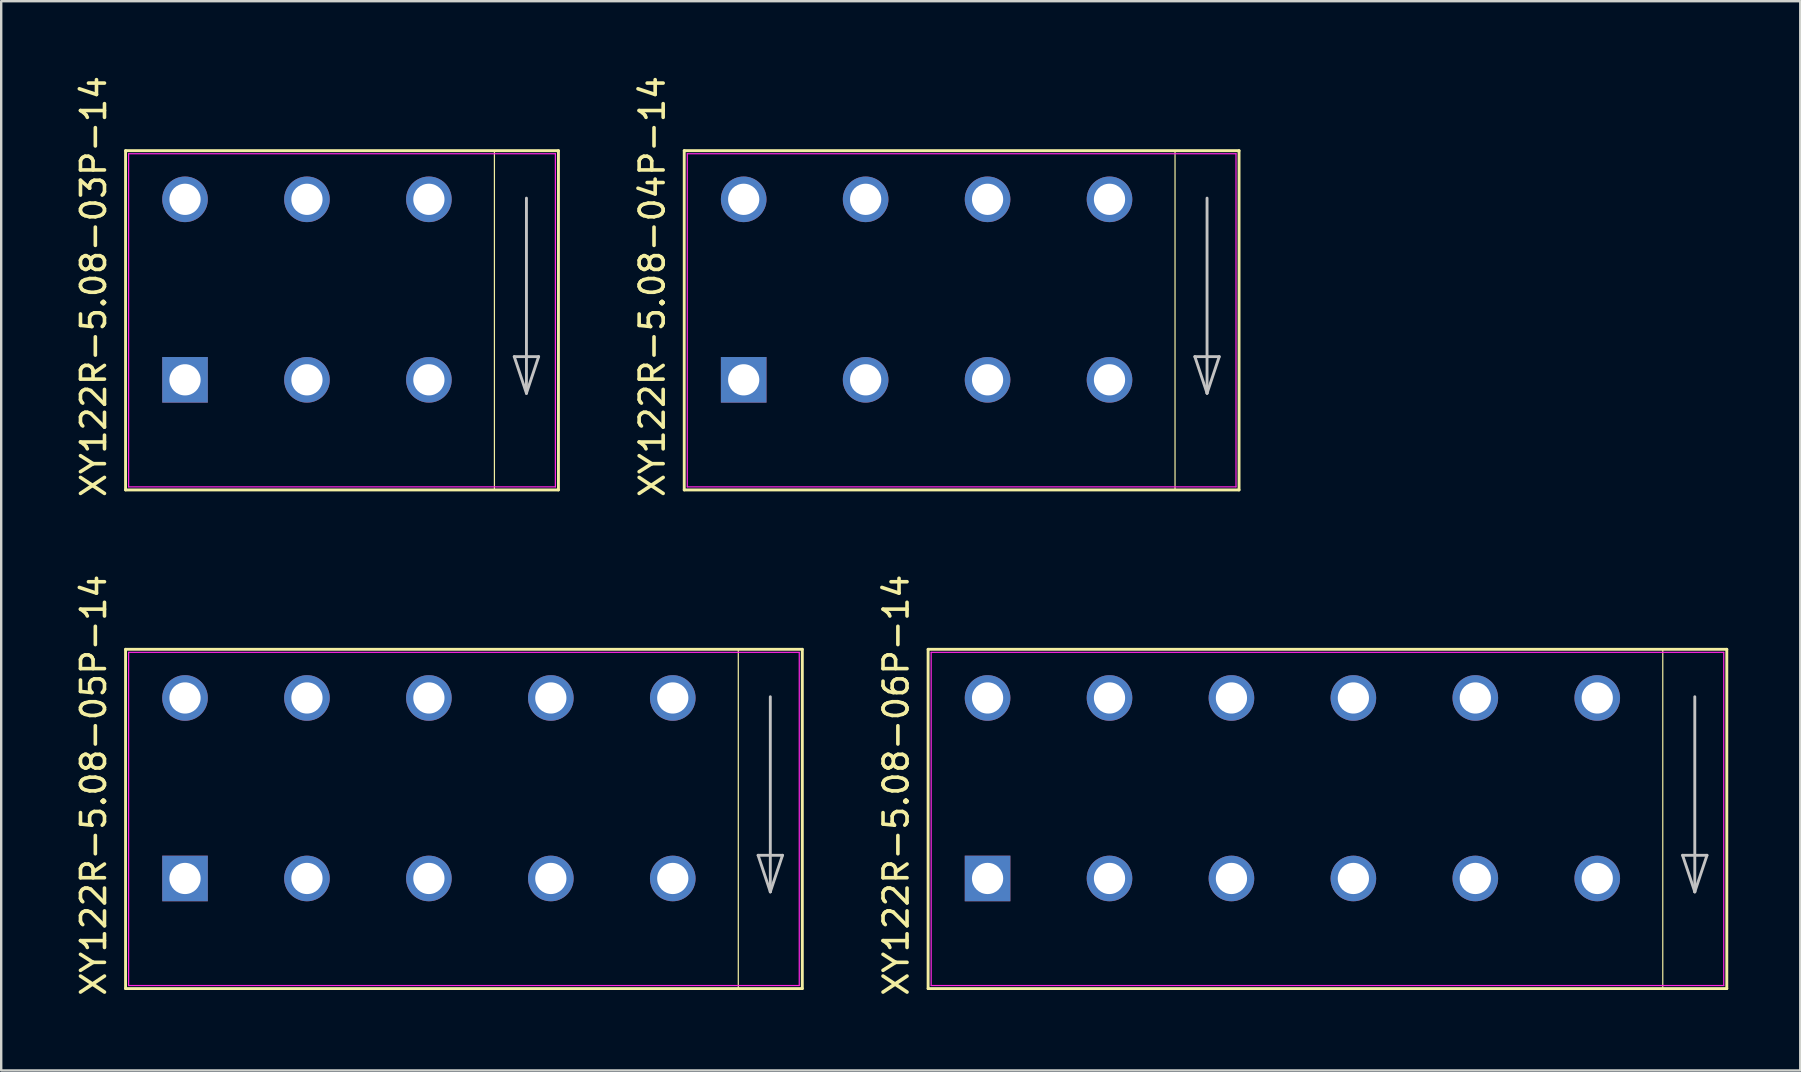
<source format=kicad_pcb>
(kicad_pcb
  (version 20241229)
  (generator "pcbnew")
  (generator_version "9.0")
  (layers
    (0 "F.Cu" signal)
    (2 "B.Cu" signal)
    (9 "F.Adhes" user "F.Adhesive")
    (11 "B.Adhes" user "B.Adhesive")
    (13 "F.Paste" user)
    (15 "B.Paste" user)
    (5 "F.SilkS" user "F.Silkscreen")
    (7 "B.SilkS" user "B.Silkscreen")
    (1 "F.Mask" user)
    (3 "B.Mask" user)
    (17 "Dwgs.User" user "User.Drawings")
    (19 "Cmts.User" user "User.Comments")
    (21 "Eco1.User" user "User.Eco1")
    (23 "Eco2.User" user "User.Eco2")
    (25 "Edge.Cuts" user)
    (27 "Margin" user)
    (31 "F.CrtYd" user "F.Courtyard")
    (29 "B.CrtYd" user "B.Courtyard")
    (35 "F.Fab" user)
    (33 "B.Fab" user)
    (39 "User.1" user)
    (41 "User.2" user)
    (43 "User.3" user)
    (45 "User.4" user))
  (footprint "XY122R-5.08-05P-14"
    (layer "F.Cu")
    (at 4.658 33.598)
    (property "Reference" "XY122R-5.08-05P-14" (at -3.81 -3.937 90) (layer "F.SilkS") (effects (font (size 1 1) (thickness 0.15))))
    (attr through_hole)
    (fp_line (start -2.477 -9.597) (end 25.717 -9.597) (stroke (width 0.12) (type solid)) (layer "F.SilkS"))
    (fp_line (start -2.477 4.537) (end -2.477 -9.597) (stroke (width 0.12) (type solid)) (layer "F.SilkS"))
    (fp_line (start 23.05 -9.597) (end 23.05 4.5) (stroke (width 0.05) (type solid)) (layer "F.SilkS"))
    (fp_line (start 25.717 -9.597) (end 25.717 4.537) (stroke (width 0.12) (type solid)) (layer "F.SilkS"))
    (fp_line (start 25.717 4.537) (end -2.477 4.537) (stroke (width 0.12) (type solid)) (layer "F.SilkS"))
    (fp_line (start 23.876 -1.016) (end 24.892 -1.016) (stroke (width 0.12) (type solid)) (layer "Dwgs.User"))
    (fp_line (start 24.384 -7.62) (end 24.384 0.508) (stroke (width 0.12) (type solid)) (layer "Dwgs.User"))
    (fp_line (start 24.384 0.508) (end 23.876 -1.016) (stroke (width 0.12) (type solid)) (layer "Dwgs.User"))
    (fp_line (start 24.892 -1.016) (end 24.384 0.508) (stroke (width 0.12) (type solid)) (layer "Dwgs.User"))
    (fp_line (start -2.35 -9.47) (end -2.35 4.41) (stroke (width 0.05) (type solid)) (layer "F.CrtYd"))
    (fp_line (start -2.35 -9.47) (end 25.59 -9.47) (stroke (width 0.05) (type solid)) (layer "F.CrtYd"))
    (fp_line (start -2.35 4.41) (end 25.59 4.41) (stroke (width 0.05) (type solid)) (layer "F.CrtYd"))
    (fp_line (start 25.59 -9.47) (end 25.59 4.41) (stroke (width 0.05) (type solid)) (layer "F.CrtYd"))
    (pad "1" thru_hole circle (at 0 -7.57) (size 1.9 1.9) (drill 1.3) (layers "*.Cu" "*.Mask"))
    (pad "1" thru_hole rect (at 0 -0.05) (size 1.9 1.9) (drill 1.3) (layers "*.Cu" "*.Mask"))
    (pad "2" thru_hole circle (at 5.08 -7.57) (size 1.9 1.9) (drill 1.3) (layers "*.Cu" "*.Mask"))
    (pad "2" thru_hole circle (at 5.08 -0.05) (size 1.9 1.9) (drill 1.3) (layers "*.Cu" "*.Mask"))
    (pad "3" thru_hole circle (at 10.16 -7.57) (size 1.9 1.9) (drill 1.3) (layers "*.Cu" "*.Mask"))
    (pad "3" thru_hole circle (at 10.16 -0.05) (size 1.9 1.9) (drill 1.3) (layers "*.Cu" "*.Mask"))
    (pad "4" thru_hole circle (at 15.24 -7.57) (size 1.9 1.9) (drill 1.3) (layers "*.Cu" "*.Mask"))
    (pad "4" thru_hole circle (at 15.24 -0.05) (size 1.9 1.9) (drill 1.3) (layers "*.Cu" "*.Mask"))
    (pad "5" thru_hole circle (at 20.32 -7.57) (size 1.9 1.9) (drill 1.3) (layers "*.Cu" "*.Mask"))
    (pad "5" thru_hole circle (at 20.32 -0.05) (size 1.9 1.9) (drill 1.3) (layers "*.Cu" "*.Mask")))
  (footprint "XY122R-5.08-06P-14"
    (layer "F.Cu")
    (at 38.093 33.598)
    (property "Reference" "XY122R-5.08-06P-14" (at -3.81 -3.937 90) (layer "F.SilkS") (effects (font (size 1 1) (thickness 0.15))))
    (attr through_hole)
    (fp_line (start -2.477 -9.597) (end 30.797 -9.597) (stroke (width 0.12) (type solid)) (layer "F.SilkS"))
    (fp_line (start -2.477 4.537) (end -2.477 -9.597) (stroke (width 0.12) (type solid)) (layer "F.SilkS"))
    (fp_line (start 28.13 -9.597) (end 28.13 4.5) (stroke (width 0.05) (type solid)) (layer "F.SilkS"))
    (fp_line (start 30.797 -9.597) (end 30.797 4.537) (stroke (width 0.12) (type solid)) (layer "F.SilkS"))
    (fp_line (start 30.797 4.537) (end -2.477 4.537) (stroke (width 0.12) (type solid)) (layer "F.SilkS"))
    (fp_line (start 28.956 -1.016) (end 29.972 -1.016) (stroke (width 0.12) (type solid)) (layer "Dwgs.User"))
    (fp_line (start 29.464 -7.62) (end 29.464 0.508) (stroke (width 0.12) (type solid)) (layer "Dwgs.User"))
    (fp_line (start 29.464 0.508) (end 28.956 -1.016) (stroke (width 0.12) (type solid)) (layer "Dwgs.User"))
    (fp_line (start 29.972 -1.016) (end 29.464 0.508) (stroke (width 0.12) (type solid)) (layer "Dwgs.User"))
    (fp_line (start -2.35 -9.47) (end -2.35 4.41) (stroke (width 0.05) (type solid)) (layer "F.CrtYd"))
    (fp_line (start -2.35 -9.47) (end 30.67 -9.47) (stroke (width 0.05) (type solid)) (layer "F.CrtYd"))
    (fp_line (start -2.35 4.41) (end 30.67 4.41) (stroke (width 0.05) (type solid)) (layer "F.CrtYd"))
    (fp_line (start 30.67 -9.47) (end 30.67 4.41) (stroke (width 0.05) (type solid)) (layer "F.CrtYd"))
    (pad "1" thru_hole circle (at 0 -7.57) (size 1.9 1.9) (drill 1.3) (layers "*.Cu" "*.Mask"))
    (pad "1" thru_hole rect (at 0 -0.05) (size 1.9 1.9) (drill 1.3) (layers "*.Cu" "*.Mask"))
    (pad "2" thru_hole circle (at 5.08 -7.57) (size 1.9 1.9) (drill 1.3) (layers "*.Cu" "*.Mask"))
    (pad "2" thru_hole circle (at 5.08 -0.05) (size 1.9 1.9) (drill 1.3) (layers "*.Cu" "*.Mask"))
    (pad "3" thru_hole circle (at 10.16 -7.57) (size 1.9 1.9) (drill 1.3) (layers "*.Cu" "*.Mask"))
    (pad "3" thru_hole circle (at 10.16 -0.05) (size 1.9 1.9) (drill 1.3) (layers "*.Cu" "*.Mask"))
    (pad "4" thru_hole circle (at 15.24 -7.57) (size 1.9 1.9) (drill 1.3) (layers "*.Cu" "*.Mask"))
    (pad "4" thru_hole circle (at 15.24 -0.05) (size 1.9 1.9) (drill 1.3) (layers "*.Cu" "*.Mask"))
    (pad "5" thru_hole circle (at 20.32 -7.57) (size 1.9 1.9) (drill 1.3) (layers "*.Cu" "*.Mask"))
    (pad "5" thru_hole circle (at 20.32 -0.05) (size 1.9 1.9) (drill 1.3) (layers "*.Cu" "*.Mask"))
    (pad "6" thru_hole circle (at 25.4 -7.57) (size 1.9 1.9) (drill 1.3) (layers "*.Cu" "*.Mask"))
    (pad "6" thru_hole circle (at 25.4 -0.05) (size 1.9 1.9) (drill 1.3) (layers "*.Cu" "*.Mask")))
  (footprint "XY122R-5.08-03P-14"
    (layer "F.Cu")
    (at 4.658 12.824)
    (property "Reference" "XY122R-5.08-03P-14" (at -3.81 -3.937 90) (layer "F.SilkS") (effects (font (size 1 1) (thickness 0.15))))
    (attr through_hole)
    (fp_line (start -2.477 -9.597) (end 15.557 -9.597) (stroke (width 0.12) (type solid)) (layer "F.SilkS"))
    (fp_line (start -2.477 4.537) (end -2.477 -9.597) (stroke (width 0.12) (type solid)) (layer "F.SilkS"))
    (fp_line (start 12.89 -9.597) (end 12.89 4.5) (stroke (width 0.05) (type solid)) (layer "F.SilkS"))
    (fp_line (start 15.557 -9.597) (end 15.557 4.537) (stroke (width 0.12) (type solid)) (layer "F.SilkS"))
    (fp_line (start 15.557 4.537) (end -2.477 4.537) (stroke (width 0.12) (type solid)) (layer "F.SilkS"))
    (fp_line (start 13.716 -1.016) (end 14.732 -1.016) (stroke (width 0.12) (type solid)) (layer "Dwgs.User"))
    (fp_line (start 14.224 -7.62) (end 14.224 0.508) (stroke (width 0.12) (type solid)) (layer "Dwgs.User"))
    (fp_line (start 14.224 0.508) (end 13.716 -1.016) (stroke (width 0.12) (type solid)) (layer "Dwgs.User"))
    (fp_line (start 14.732 -1.016) (end 14.224 0.508) (stroke (width 0.12) (type solid)) (layer "Dwgs.User"))
    (fp_line (start -2.35 -9.47) (end -2.35 4.41) (stroke (width 0.05) (type solid)) (layer "F.CrtYd"))
    (fp_line (start -2.35 -9.47) (end 15.43 -9.47) (stroke (width 0.05) (type solid)) (layer "F.CrtYd"))
    (fp_line (start -2.35 4.41) (end 15.43 4.41) (stroke (width 0.05) (type solid)) (layer "F.CrtYd"))
    (fp_line (start 15.43 -9.47) (end 15.43 4.41) (stroke (width 0.05) (type solid)) (layer "F.CrtYd"))
    (pad "1" thru_hole circle (at 0 -7.57) (size 1.9 1.9) (drill 1.3) (layers "*.Cu" "*.Mask"))
    (pad "1" thru_hole rect (at 0 -0.05) (size 1.9 1.9) (drill 1.3) (layers "*.Cu" "*.Mask"))
    (pad "2" thru_hole circle (at 5.08 -7.57) (size 1.9 1.9) (drill 1.3) (layers "*.Cu" "*.Mask"))
    (pad "2" thru_hole circle (at 5.08 -0.05) (size 1.9 1.9) (drill 1.3) (layers "*.Cu" "*.Mask"))
    (pad "3" thru_hole circle (at 10.16 -7.57) (size 1.9 1.9) (drill 1.3) (layers "*.Cu" "*.Mask"))
    (pad "3" thru_hole circle (at 10.16 -0.05) (size 1.9 1.9) (drill 1.3) (layers "*.Cu" "*.Mask")))
  (footprint "XY122R-5.08-04P-14"
    (layer "F.Cu")
    (at 27.933 12.824)
    (property "Reference" "XY122R-5.08-04P-14" (at -3.81 -3.937 90) (layer "F.SilkS") (effects (font (size 1 1) (thickness 0.15))))
    (attr through_hole)
    (fp_line (start -2.477 -9.597) (end 20.637 -9.597) (stroke (width 0.12) (type solid)) (layer "F.SilkS"))
    (fp_line (start -2.477 4.537) (end -2.477 -9.597) (stroke (width 0.12) (type solid)) (layer "F.SilkS"))
    (fp_line (start 17.97 -9.597) (end 17.97 4.5) (stroke (width 0.05) (type solid)) (layer "F.SilkS"))
    (fp_line (start 20.637 -9.597) (end 20.637 4.537) (stroke (width 0.12) (type solid)) (layer "F.SilkS"))
    (fp_line (start 20.637 4.537) (end -2.477 4.537) (stroke (width 0.12) (type solid)) (layer "F.SilkS"))
    (fp_line (start 18.796 -1.016) (end 19.812 -1.016) (stroke (width 0.12) (type solid)) (layer "Dwgs.User"))
    (fp_line (start 19.304 -7.62) (end 19.304 0.508) (stroke (width 0.12) (type solid)) (layer "Dwgs.User"))
    (fp_line (start 19.304 0.508) (end 18.796 -1.016) (stroke (width 0.12) (type solid)) (layer "Dwgs.User"))
    (fp_line (start 19.812 -1.016) (end 19.304 0.508) (stroke (width 0.12) (type solid)) (layer "Dwgs.User"))
    (fp_line (start -2.35 -9.47) (end -2.35 4.41) (stroke (width 0.05) (type solid)) (layer "F.CrtYd"))
    (fp_line (start -2.35 -9.47) (end 20.51 -9.47) (stroke (width 0.05) (type solid)) (layer "F.CrtYd"))
    (fp_line (start -2.35 4.41) (end 20.51 4.41) (stroke (width 0.05) (type solid)) (layer "F.CrtYd"))
    (fp_line (start 20.51 -9.47) (end 20.51 4.41) (stroke (width 0.05) (type solid)) (layer "F.CrtYd"))
    (pad "1" thru_hole circle (at 0 -7.57) (size 1.9 1.9) (drill 1.3) (layers "*.Cu" "*.Mask"))
    (pad "1" thru_hole rect (at 0 -0.05) (size 1.9 1.9) (drill 1.3) (layers "*.Cu" "*.Mask"))
    (pad "2" thru_hole circle (at 5.08 -7.57) (size 1.9 1.9) (drill 1.3) (layers "*.Cu" "*.Mask"))
    (pad "2" thru_hole circle (at 5.08 -0.05) (size 1.9 1.9) (drill 1.3) (layers "*.Cu" "*.Mask"))
    (pad "3" thru_hole circle (at 10.16 -7.57) (size 1.9 1.9) (drill 1.3) (layers "*.Cu" "*.Mask"))
    (pad "3" thru_hole circle (at 10.16 -0.05) (size 1.9 1.9) (drill 1.3) (layers "*.Cu" "*.Mask"))
    (pad "4" thru_hole circle (at 15.24 -7.57) (size 1.9 1.9) (drill 1.3) (layers "*.Cu" "*.Mask"))
    (pad "4" thru_hole circle (at 15.24 -0.05) (size 1.9 1.9) (drill 1.3) (layers "*.Cu" "*.Mask")))
  (gr_rect
    (start -3 -3)
    (end 71.951 41.548)
    (stroke (width 0.1) (type default))
    (fill no)
    (layer "Edge.Cuts")))
</source>
